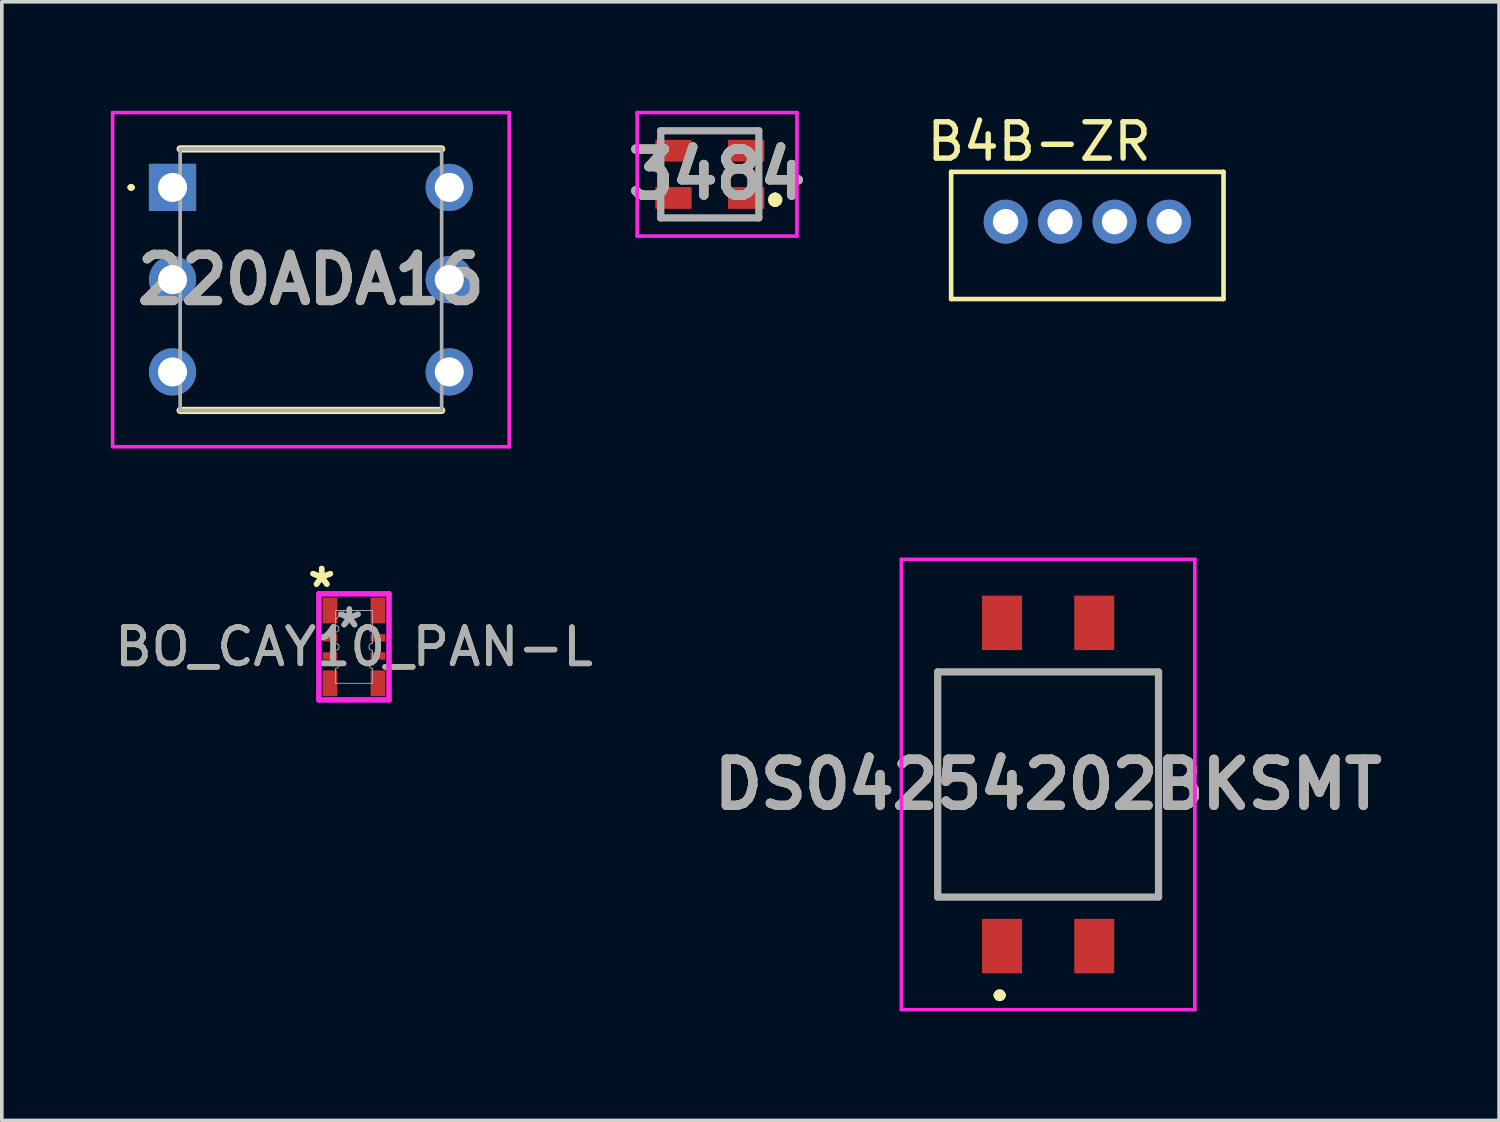
<source format=kicad_pcb>
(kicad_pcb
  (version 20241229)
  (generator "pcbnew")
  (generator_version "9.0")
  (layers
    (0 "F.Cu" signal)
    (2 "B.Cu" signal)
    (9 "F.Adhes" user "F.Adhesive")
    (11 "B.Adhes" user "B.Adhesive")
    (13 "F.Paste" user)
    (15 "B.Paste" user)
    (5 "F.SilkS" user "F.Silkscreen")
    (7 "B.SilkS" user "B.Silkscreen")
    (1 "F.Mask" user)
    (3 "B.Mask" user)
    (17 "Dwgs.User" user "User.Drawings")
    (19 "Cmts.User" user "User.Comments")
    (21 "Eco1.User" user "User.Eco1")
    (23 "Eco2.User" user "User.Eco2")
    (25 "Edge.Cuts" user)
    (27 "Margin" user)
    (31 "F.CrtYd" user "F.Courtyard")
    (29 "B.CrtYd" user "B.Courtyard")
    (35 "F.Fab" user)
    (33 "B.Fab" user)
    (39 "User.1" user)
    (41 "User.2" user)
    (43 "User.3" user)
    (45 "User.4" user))
  (footprint "220ADA16"
    (layer "F.Cu")
    (at 1.7 2.11)
    (property "Reference" "220ADA16" (at 3.81 2.54 0) (layer "F.SilkS") (effects (font (size 1.27 1.27) (thickness 0.254))))
    (attr through_hole)
    (fp_line (start -1.19 0) (end -1.19 0) (stroke (width 0.1) (type solid)) (layer "F.SilkS"))
    (fp_line (start -1.09 0) (end -1.09 0) (stroke (width 0.1) (type solid)) (layer "F.SilkS"))
    (fp_line (start 0.21 -1.06) (end 7.41 -1.06) (stroke (width 0.2) (type solid)) (layer "F.SilkS"))
    (fp_line (start 0.21 6.14) (end 7.41 6.14) (stroke (width 0.2) (type solid)) (layer "F.SilkS"))
    (fp_arc (start -1.19 0) (mid -1.14 -0.05) (end -1.09 0) (stroke (width 0.1) (type solid)) (layer "F.SilkS"))
    (fp_arc (start -1.09 0) (mid -1.14 0.05) (end -1.19 0) (stroke (width 0.1) (type solid)) (layer "F.SilkS"))
    (fp_line (start -1.65 -2.06) (end 9.27 -2.06) (stroke (width 0.1) (type solid)) (layer "F.CrtYd"))
    (fp_line (start -1.65 7.14) (end -1.65 -2.06) (stroke (width 0.1) (type solid)) (layer "F.CrtYd"))
    (fp_line (start 9.27 -2.06) (end 9.27 7.14) (stroke (width 0.1) (type solid)) (layer "F.CrtYd"))
    (fp_line (start 9.27 7.14) (end -1.65 7.14) (stroke (width 0.1) (type solid)) (layer "F.CrtYd"))
    (fp_line (start 0.21 -1.06) (end 7.41 -1.06) (stroke (width 0.1) (type solid)) (layer "F.Fab"))
    (fp_line (start 0.21 6.14) (end 0.21 -1.06) (stroke (width 0.1) (type solid)) (layer "F.Fab"))
    (fp_line (start 7.41 -1.06) (end 7.41 6.14) (stroke (width 0.1) (type solid)) (layer "F.Fab"))
    (fp_line (start 7.41 6.14) (end 0.21 6.14) (stroke (width 0.1) (type solid)) (layer "F.Fab"))
    (fp_text user "${REFERENCE}" (at 3.81 2.54 0) (layer "F.Fab") (effects (font (size 1.27 1.27) (thickness 0.254))))
    (pad "1" thru_hole rect (at 0 0) (size 1.3 1.3) (drill 0.8) (layers "*.Cu" "*.Mask"))
    (pad "2" thru_hole circle (at 7.62 5.08) (size 1.3 1.3) (drill 0.8) (layers "*.Cu" "*.Mask"))
    (pad "4" thru_hole circle (at 0 5.08) (size 1.3 1.3) (drill 0.8) (layers "*.Cu" "*.Mask"))
    (pad "8" thru_hole circle (at 7.62 0) (size 1.3 1.3) (drill 0.8) (layers "*.Cu" "*.Mask"))
    (pad "C1" thru_hole circle (at 0 2.54) (size 1.3 1.3) (drill 0.8) (layers "*.Cu" "*.Mask"))
    (pad "C2" thru_hole circle (at 7.62 2.54) (size 1.3 1.3) (drill 0.8) (layers "*.Cu" "*.Mask")))
  (footprint "B4B-ZR"
    (layer "F.Cu")
    (at 23.138 1.753)
    (property "Reference" "B4B-ZR" (at 2.425 -0.905 0) (layer "F.SilkS") (effects (font (size 1 1) (thickness 0.15))))
    (attr through_hole)
    (fp_line (start 0 -0.07) (end 7.5 -0.07) (stroke (width 0.127) (type solid)) (layer "F.SilkS"))
    (fp_line (start 0 3.43) (end 0 -0.07) (stroke (width 0.127) (type solid)) (layer "F.SilkS"))
    (fp_line (start 7.5 -0.07) (end 7.5 3.43) (stroke (width 0.127) (type solid)) (layer "F.SilkS"))
    (fp_line (start 7.5 3.43) (end 0 3.43) (stroke (width 0.127) (type solid)) (layer "F.SilkS"))
    (pad "1" thru_hole circle (at 1.5 1.3) (size 1.208 1.208) (drill 0.7) (layers "*.Cu" "*.Mask"))
    (pad "2" thru_hole circle (at 3 1.3) (size 1.208 1.208) (drill 0.7) (layers "*.Cu" "*.Mask"))
    (pad "3" thru_hole circle (at 4.5 1.3) (size 1.208 1.208) (drill 0.7) (layers "*.Cu" "*.Mask"))
    (pad "4" thru_hole circle (at 6 1.3) (size 1.208 1.208) (drill 0.7) (layers "*.Cu" "*.Mask")))
  (footprint "DS04254202BKSMT"
    (layer "F.Cu")
    (at 25.809 18.55)
    (property "Reference" "DS04254202BKSMT" (at 0 0 0) (layer "F.SilkS") (effects (font (size 1.27 1.27) (thickness 0.254))))
    (attr smd)
    (fp_line (start -3.04 -3.1) (end 3.04 -3.1) (stroke (width 0.1) (type solid)) (layer "F.SilkS"))
    (fp_line (start -3.04 3.1) (end -3.04 -3.1) (stroke (width 0.1) (type solid)) (layer "F.SilkS"))
    (fp_line (start -1.4 5.8) (end -1.4 5.8) (stroke (width 0.2) (type solid)) (layer "F.SilkS"))
    (fp_line (start -1.4 5.8) (end -1.4 5.8) (stroke (width 0.2) (type solid)) (layer "F.SilkS"))
    (fp_line (start -1.27 5.8) (end -1.27 5.8) (stroke (width 0.2) (type solid)) (layer "F.SilkS"))
    (fp_line (start 3.04 -3.1) (end 3.04 3.1) (stroke (width 0.1) (type solid)) (layer "F.SilkS"))
    (fp_line (start 3.04 3.1) (end -3.04 3.1) (stroke (width 0.1) (type solid)) (layer "F.SilkS"))
    (fp_arc (start -1.4 5.8) (mid -1.335 5.735) (end -1.27 5.8) (stroke (width 0.2) (type solid)) (layer "F.SilkS"))
    (fp_arc (start -1.27 5.8) (mid -1.335 5.865) (end -1.4 5.8) (stroke (width 0.2) (type solid)) (layer "F.SilkS"))
    (fp_arc (start -1.27 5.8) (mid -1.335 5.865) (end -1.4 5.8) (stroke (width 0.2) (type solid)) (layer "F.SilkS"))
    (fp_line (start -4.04 -6.2) (end 4.04 -6.2) (stroke (width 0.1) (type solid)) (layer "F.CrtYd"))
    (fp_line (start -4.04 6.2) (end -4.04 -6.2) (stroke (width 0.1) (type solid)) (layer "F.CrtYd"))
    (fp_line (start 4.04 -6.2) (end 4.04 6.2) (stroke (width 0.1) (type solid)) (layer "F.CrtYd"))
    (fp_line (start 4.04 6.2) (end -4.04 6.2) (stroke (width 0.1) (type solid)) (layer "F.CrtYd"))
    (fp_line (start -3.04 -3.1) (end -3.04 3.1) (stroke (width 0.2) (type solid)) (layer "F.Fab"))
    (fp_line (start -3.04 3.1) (end 3.04 3.1) (stroke (width 0.2) (type solid)) (layer "F.Fab"))
    (fp_line (start 3.04 -3.1) (end -3.04 -3.1) (stroke (width 0.2) (type solid)) (layer "F.Fab"))
    (fp_line (start 3.04 3.1) (end 3.04 -3.1) (stroke (width 0.2) (type solid)) (layer "F.Fab"))
    (fp_text user "${REFERENCE}" (at 0 0 0) (layer "F.Fab") (effects (font (size 1.27 1.27) (thickness 0.254))))
    (pad "1" smd rect (at -1.27 4.45) (size 1.1 1.5) (layers "F.Cu" "F.Mask" "F.Paste"))
    (pad "2" smd rect (at 1.27 4.45) (size 1.1 1.5) (layers "F.Cu" "F.Mask" "F.Paste"))
    (pad "3" smd rect (at 1.27 -4.45) (size 1.1 1.5) (layers "F.Cu" "F.Mask" "F.Paste"))
    (pad "4" smd rect (at -1.27 -4.45) (size 1.1 1.5) (layers "F.Cu" "F.Mask" "F.Paste")))
  (footprint "BO_CAY10_PAN-L"
    (layer "F.Cu")
    (at 6.696 14.761)
    (property "Reference" "BO_CAY10_PAN-L" (at 0 0 0) (unlocked yes) (layer "F.SilkS") (effects (font (size 1 1) (thickness 0.15))))
    (attr smd)
    (fp_line (start -0.965 -1.46) (end 0.965 -1.46) (stroke (width 0.152) (type solid)) (layer "F.CrtYd"))
    (fp_line (start -0.965 1.46) (end -0.965 -1.46) (stroke (width 0.152) (type solid)) (layer "F.CrtYd"))
    (fp_line (start 0.965 -1.46) (end 0.965 1.46) (stroke (width 0.152) (type solid)) (layer "F.CrtYd"))
    (fp_line (start 0.965 1.46) (end -0.965 1.46) (stroke (width 0.152) (type solid)) (layer "F.CrtYd"))
    (fp_line (start -0.508 -1.003) (end 0.508 -1.003) (stroke (width 0.025) (type solid)) (layer "F.Fab"))
    (fp_line (start -0.508 -0.597) (end -0.508 -1.003) (stroke (width 0.025) (type solid)) (layer "F.Fab"))
    (fp_line (start -0.508 -0.402) (end -0.508 -0.098) (stroke (width 0.025) (type solid)) (layer "F.Fab"))
    (fp_line (start -0.508 0.098) (end -0.508 0.402) (stroke (width 0.025) (type solid)) (layer "F.Fab"))
    (fp_line (start -0.508 0.597) (end -0.508 1.003) (stroke (width 0.025) (type solid)) (layer "F.Fab"))
    (fp_line (start -0.508 0.598) (end -0.508 0.597) (stroke (width 0.025) (type solid)) (layer "F.Fab"))
    (fp_line (start -0.508 1.003) (end 0.508 1.003) (stroke (width 0.025) (type solid)) (layer "F.Fab"))
    (fp_line (start -0.254 -1.003) (end -0.508 -0.749) (stroke (width 0.025) (type solid)) (layer "F.Fab"))
    (fp_line (start 0.508 -0.597) (end 0.508 -1.003) (stroke (width 0.025) (type solid)) (layer "F.Fab"))
    (fp_line (start 0.508 -0.402) (end 0.508 -0.098) (stroke (width 0.025) (type solid)) (layer "F.Fab"))
    (fp_line (start 0.508 0.098) (end 0.508 0.402) (stroke (width 0.025) (type solid)) (layer "F.Fab"))
    (fp_line (start 0.508 0.597) (end 0.508 1.003) (stroke (width 0.025) (type solid)) (layer "F.Fab"))
    (fp_line (start 0.508 0.598) (end 0.508 0.597) (stroke (width 0.025) (type solid)) (layer "F.Fab"))
    (fp_arc (start -0.508 -0.597789) (mid -0.410337 -0.500126) (end -0.508 -0.402463) (stroke (width 0.0254) (type solid)) (layer "F.Fab"))
    (fp_arc (start -0.508 -0.097663) (mid -0.410337 0) (end -0.508 0.097663) (stroke (width 0.0254) (type solid)) (layer "F.Fab"))
    (fp_arc (start -0.508 0.402463) (mid -0.410337 0.500126) (end -0.508 0.597789) (stroke (width 0.0254) (type solid)) (layer "F.Fab"))
    (fp_arc (start 0.508 -0.402463) (mid 0.410337 -0.500126) (end 0.508 -0.597789) (stroke (width 0.0254) (type solid)) (layer "F.Fab"))
    (fp_arc (start 0.508 0.097663) (mid 0.410337 0) (end 0.508 -0.097663) (stroke (width 0.0254) (type solid)) (layer "F.Fab"))
    (fp_arc (start 0.508 0.597789) (mid 0.410337 0.500126) (end 0.508 0.402463) (stroke (width 0.0254) (type solid)) (layer "F.Fab"))
    (fp_text user "*" (at -0.889 -1.613 0) (unlocked yes) (layer "F.SilkS") (effects (font (size 1 1) (thickness 0.15))))
    (fp_text user "*" (at -0.889 -1.613 0) (layer "F.SilkS") (effects (font (size 1 1) (thickness 0.15))))
    (fp_text user "*" (at -0.127 -0.495 0) (layer "F.Fab") (effects (font (size 1 1) (thickness 0.15))))
    (fp_text user "*" (at -0.127 -0.495 0) (unlocked yes) (layer "F.Fab") (effects (font (size 1 1) (thickness 0.15))))
    (fp_text user "${REFERENCE}" (at 0 0 0) (unlocked yes) (layer "F.Fab") (effects (font (size 1 1) (thickness 0.15))))
    (pad "1" smd rect (at -0.66 -1.003) (size 0.406 0.711) (layers "F.Cu" "F.Mask" "F.Paste"))
    (pad "2" smd rect (at -0.66 -0.25) (size 0.406 0.203) (layers "F.Cu" "F.Mask" "F.Paste"))
    (pad "3" smd rect (at -0.66 0.25) (size 0.406 0.203) (layers "F.Cu" "F.Mask" "F.Paste"))
    (pad "4" smd rect (at -0.66 1.003) (size 0.406 0.711) (layers "F.Cu" "F.Mask" "F.Paste"))
    (pad "5" smd rect (at 0.66 1.003) (size 0.406 0.711) (layers "F.Cu" "F.Mask" "F.Paste"))
    (pad "6" smd rect (at 0.66 0.25) (size 0.406 0.203) (layers "F.Cu" "F.Mask" "F.Paste"))
    (pad "7" smd rect (at 0.66 -0.25) (size 0.406 0.203) (layers "F.Cu" "F.Mask" "F.Paste"))
    (pad "8" smd rect (at 0.66 -1.003) (size 0.406 0.711) (layers "F.Cu" "F.Mask" "F.Paste")))
  (footprint "3484"
    (layer "F.Cu")
    (at 16.493 1.75)
    (property "Reference" "3484" (at 0.2 0 0) (layer "F.SilkS") (effects (font (size 1.27 1.27) (thickness 0.254))))
    (attr smd)
    (fp_line (start -1.35 -1.2) (end 1.35 -1.2) (stroke (width 0.1) (type solid)) (layer "F.SilkS"))
    (fp_line (start -1.35 -0.2) (end -1.35 0.2) (stroke (width 0.1) (type solid)) (layer "F.SilkS"))
    (fp_line (start -1.35 1.2) (end 1.35 1.2) (stroke (width 0.1) (type solid)) (layer "F.SilkS"))
    (fp_line (start 1.35 -0.2) (end 1.35 0.2) (stroke (width 0.1) (type solid)) (layer "F.SilkS"))
    (fp_line (start 1.8 0.6) (end 1.8 0.6) (stroke (width 0.2) (type solid)) (layer "F.SilkS"))
    (fp_line (start 1.8 0.8) (end 1.8 0.8) (stroke (width 0.2) (type solid)) (layer "F.SilkS"))
    (fp_arc (start 1.8 0.6) (mid 1.9 0.7) (end 1.8 0.8) (stroke (width 0.2) (type solid)) (layer "F.SilkS"))
    (fp_arc (start 1.8 0.8) (mid 1.7 0.7) (end 1.8 0.6) (stroke (width 0.2) (type solid)) (layer "F.SilkS"))
    (fp_line (start -2 -1.7) (end 2.4 -1.7) (stroke (width 0.1) (type solid)) (layer "F.CrtYd"))
    (fp_line (start -2 1.7) (end -2 -1.7) (stroke (width 0.1) (type solid)) (layer "F.CrtYd"))
    (fp_line (start 2.4 -1.7) (end 2.4 1.7) (stroke (width 0.1) (type solid)) (layer "F.CrtYd"))
    (fp_line (start 2.4 1.7) (end -2 1.7) (stroke (width 0.1) (type solid)) (layer "F.CrtYd"))
    (fp_line (start -1.35 -1.2) (end 1.35 -1.2) (stroke (width 0.2) (type solid)) (layer "F.Fab"))
    (fp_line (start -1.35 1.2) (end -1.35 -1.2) (stroke (width 0.2) (type solid)) (layer "F.Fab"))
    (fp_line (start 1.35 -1.2) (end 1.35 1.2) (stroke (width 0.2) (type solid)) (layer "F.Fab"))
    (fp_line (start 1.35 1.2) (end -1.35 1.2) (stroke (width 0.2) (type solid)) (layer "F.Fab"))
    (fp_text user "${REFERENCE}" (at 0.2 0 0) (layer "F.Fab") (effects (font (size 1.27 1.27) (thickness 0.254))))
    (pad "1" smd rect (at 1 0.65 90) (size 0.6 1) (layers "F.Cu" "F.Mask" "F.Paste"))
    (pad "2" smd rect (at 1 -0.65 90) (size 0.6 1) (layers "F.Cu" "F.Mask" "F.Paste"))
    (pad "3" smd rect (at -1 -0.65 90) (size 0.6 1) (layers "F.Cu" "F.Mask" "F.Paste"))
    (pad "4" smd rect (at -1 0.65 90) (size 0.6 1) (layers "F.Cu" "F.Mask" "F.Paste")))
  (gr_rect
    (start -3 -3)
    (end 38.225 27.8)
    (stroke (width 0.1) (type default))
    (fill no)
    (layer "Edge.Cuts")))
</source>
